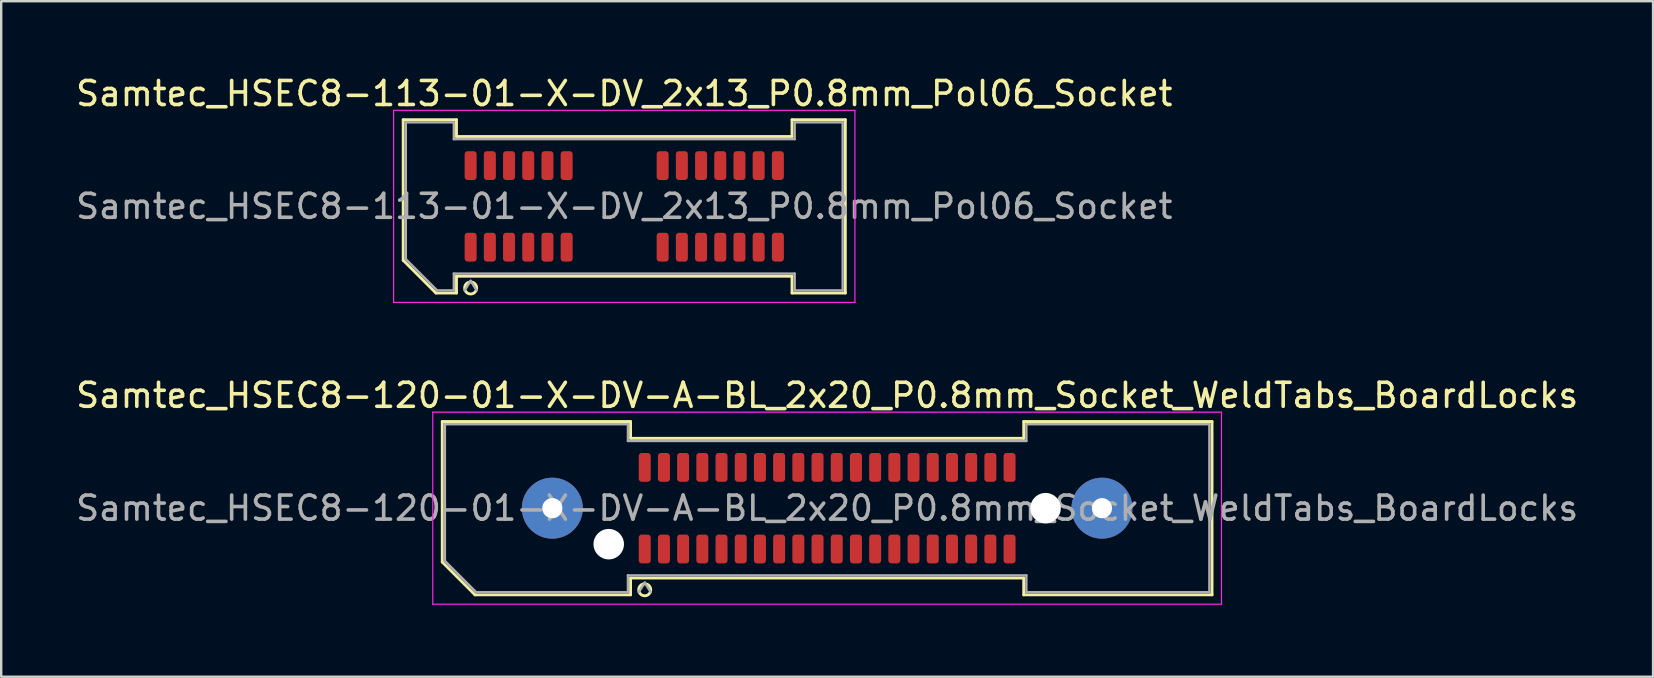
<source format=kicad_pcb>
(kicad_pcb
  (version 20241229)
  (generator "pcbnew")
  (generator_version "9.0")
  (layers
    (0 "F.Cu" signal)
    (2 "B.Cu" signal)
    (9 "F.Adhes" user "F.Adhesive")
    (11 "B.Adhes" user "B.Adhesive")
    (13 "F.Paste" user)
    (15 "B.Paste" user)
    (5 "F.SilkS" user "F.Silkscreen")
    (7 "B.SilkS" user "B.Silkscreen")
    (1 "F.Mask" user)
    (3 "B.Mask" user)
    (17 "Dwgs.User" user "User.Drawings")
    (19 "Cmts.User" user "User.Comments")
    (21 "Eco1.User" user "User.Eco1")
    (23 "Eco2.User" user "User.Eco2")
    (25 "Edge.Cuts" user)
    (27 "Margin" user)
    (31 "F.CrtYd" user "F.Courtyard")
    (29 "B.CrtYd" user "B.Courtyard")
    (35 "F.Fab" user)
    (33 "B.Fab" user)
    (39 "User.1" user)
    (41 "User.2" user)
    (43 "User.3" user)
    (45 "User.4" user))
  (footprint "Samtec_HSEC8-113-01-X-DV_2x13_P0.8mm_Pol06_Socket"
    (layer "F.Cu")
    (at 22.958 5.548)
    (property "Reference" "Samtec_HSEC8-113-01-X-DV_2x13_P0.8mm_Pol06_Socket" (at 0 -4.7 0) (layer "F.SilkS") (effects (font (size 1 1) (thickness 0.15))))
    (attr smd)
    (fp_line (start -9.21 -3.61) (end -6.99 -3.61) (stroke (width 0.12) (type solid)) (layer "F.SilkS"))
    (fp_line (start -9.21 2.246) (end -9.21 -3.61) (stroke (width 0.12) (type solid)) (layer "F.SilkS"))
    (fp_line (start -7.846 3.61) (end -9.21 2.246) (stroke (width 0.12) (type solid)) (layer "F.SilkS"))
    (fp_line (start -6.99 -3.61) (end -6.99 -2.91) (stroke (width 0.12) (type solid)) (layer "F.SilkS"))
    (fp_line (start -6.99 -2.91) (end 6.99 -2.91) (stroke (width 0.12) (type solid)) (layer "F.SilkS"))
    (fp_line (start -6.99 2.91) (end -6.99 3.61) (stroke (width 0.12) (type solid)) (layer "F.SilkS"))
    (fp_line (start -6.99 3.61) (end -7.846 3.61) (stroke (width 0.12) (type solid)) (layer "F.SilkS"))
    (fp_line (start 6.99 -3.61) (end 9.21 -3.61) (stroke (width 0.12) (type solid)) (layer "F.SilkS"))
    (fp_line (start 6.99 -2.91) (end 6.99 -3.61) (stroke (width 0.12) (type solid)) (layer "F.SilkS"))
    (fp_line (start 6.99 2.91) (end -6.99 2.91) (stroke (width 0.12) (type solid)) (layer "F.SilkS"))
    (fp_line (start 6.99 3.61) (end 6.99 2.91) (stroke (width 0.12) (type solid)) (layer "F.SilkS"))
    (fp_line (start 9.21 -3.61) (end 9.21 3.61) (stroke (width 0.12) (type solid)) (layer "F.SilkS"))
    (fp_line (start 9.21 3.61) (end 6.99 3.61) (stroke (width 0.12) (type solid)) (layer "F.SilkS"))
    (fp_arc (start -6.15 3.4) (mid -6.65 3.4) (end -6.15 3.4) (stroke (width 0.12) (type solid)) (layer "F.SilkS"))
    (fp_line (start -9.61 -4) (end -9.61 4) (stroke (width 0.05) (type solid)) (layer "F.CrtYd"))
    (fp_line (start -9.61 4) (end 9.61 4) (stroke (width 0.05) (type solid)) (layer "F.CrtYd"))
    (fp_line (start 9.61 -4) (end -9.61 -4) (stroke (width 0.05) (type solid)) (layer "F.CrtYd"))
    (fp_line (start 9.61 4) (end 9.61 -4) (stroke (width 0.05) (type solid)) (layer "F.CrtYd"))
    (fp_line (start -9.1 -3.5) (end -7.1 -3.5) (stroke (width 0.1) (type solid)) (layer "F.Fab"))
    (fp_line (start -9.1 2.2) (end -9.1 -3.5) (stroke (width 0.1) (type solid)) (layer "F.Fab"))
    (fp_line (start -7.8 3.5) (end -9.1 2.2) (stroke (width 0.1) (type solid)) (layer "F.Fab"))
    (fp_line (start -7.1 -3.5) (end -7.1 -2.8) (stroke (width 0.1) (type solid)) (layer "F.Fab"))
    (fp_line (start -7.1 -2.8) (end 7.1 -2.8) (stroke (width 0.1) (type solid)) (layer "F.Fab"))
    (fp_line (start -7.1 2.8) (end -7.1 3.5) (stroke (width 0.1) (type solid)) (layer "F.Fab"))
    (fp_line (start -7.1 3.5) (end -7.8 3.5) (stroke (width 0.1) (type solid)) (layer "F.Fab"))
    (fp_line (start -6.4 3.1) (end -6.65 3.5) (stroke (width 0.1) (type solid)) (layer "F.Fab"))
    (fp_line (start -6.4 3.1) (end -6.15 3.5) (stroke (width 0.1) (type solid)) (layer "F.Fab"))
    (fp_line (start 7.1 -3.5) (end 9.1 -3.5) (stroke (width 0.1) (type solid)) (layer "F.Fab"))
    (fp_line (start 7.1 -2.8) (end 7.1 -3.5) (stroke (width 0.1) (type solid)) (layer "F.Fab"))
    (fp_line (start 7.1 2.8) (end -7.1 2.8) (stroke (width 0.1) (type solid)) (layer "F.Fab"))
    (fp_line (start 7.1 3.5) (end 7.1 2.8) (stroke (width 0.1) (type solid)) (layer "F.Fab"))
    (fp_line (start 9.1 -3.5) (end 9.1 3.5) (stroke (width 0.1) (type solid)) (layer "F.Fab"))
    (fp_line (start 9.1 3.5) (end 7.1 3.5) (stroke (width 0.1) (type solid)) (layer "F.Fab"))
    (fp_text user "${REFERENCE}" (at 0 0 0) (layer "F.Fab") (effects (font (size 1 1) (thickness 0.15))))
    (pad "1" smd roundrect (at -6.4 1.7) (size 0.5 1.2) (layers "F.Cu" "F.Mask" "F.Paste") (roundrect_rratio 0.25))
    (pad "2" smd roundrect (at -6.4 -1.7) (size 0.5 1.2) (layers "F.Cu" "F.Mask" "F.Paste") (roundrect_rratio 0.25))
    (pad "3" smd roundrect (at -5.6 1.7) (size 0.5 1.2) (layers "F.Cu" "F.Mask" "F.Paste") (roundrect_rratio 0.25))
    (pad "4" smd roundrect (at -5.6 -1.7) (size 0.5 1.2) (layers "F.Cu" "F.Mask" "F.Paste") (roundrect_rratio 0.25))
    (pad "5" smd roundrect (at -4.8 1.7) (size 0.5 1.2) (layers "F.Cu" "F.Mask" "F.Paste") (roundrect_rratio 0.25))
    (pad "6" smd roundrect (at -4.8 -1.7) (size 0.5 1.2) (layers "F.Cu" "F.Mask" "F.Paste") (roundrect_rratio 0.25))
    (pad "7" smd roundrect (at -4 1.7) (size 0.5 1.2) (layers "F.Cu" "F.Mask" "F.Paste") (roundrect_rratio 0.25))
    (pad "8" smd roundrect (at -4 -1.7) (size 0.5 1.2) (layers "F.Cu" "F.Mask" "F.Paste") (roundrect_rratio 0.25))
    (pad "9" smd roundrect (at -3.2 1.7) (size 0.5 1.2) (layers "F.Cu" "F.Mask" "F.Paste") (roundrect_rratio 0.25))
    (pad "10" smd roundrect (at -3.2 -1.7) (size 0.5 1.2) (layers "F.Cu" "F.Mask" "F.Paste") (roundrect_rratio 0.25))
    (pad "11" smd roundrect (at -2.4 1.7) (size 0.5 1.2) (layers "F.Cu" "F.Mask" "F.Paste") (roundrect_rratio 0.25))
    (pad "12" smd roundrect (at -2.4 -1.7) (size 0.5 1.2) (layers "F.Cu" "F.Mask" "F.Paste") (roundrect_rratio 0.25))
    (pad "13" smd roundrect (at 1.6 1.7) (size 0.5 1.2) (layers "F.Cu" "F.Mask" "F.Paste") (roundrect_rratio 0.25))
    (pad "14" smd roundrect (at 1.6 -1.7) (size 0.5 1.2) (layers "F.Cu" "F.Mask" "F.Paste") (roundrect_rratio 0.25))
    (pad "15" smd roundrect (at 2.4 1.7) (size 0.5 1.2) (layers "F.Cu" "F.Mask" "F.Paste") (roundrect_rratio 0.25))
    (pad "16" smd roundrect (at 2.4 -1.7) (size 0.5 1.2) (layers "F.Cu" "F.Mask" "F.Paste") (roundrect_rratio 0.25))
    (pad "17" smd roundrect (at 3.2 1.7) (size 0.5 1.2) (layers "F.Cu" "F.Mask" "F.Paste") (roundrect_rratio 0.25))
    (pad "18" smd roundrect (at 3.2 -1.7) (size 0.5 1.2) (layers "F.Cu" "F.Mask" "F.Paste") (roundrect_rratio 0.25))
    (pad "19" smd roundrect (at 4 1.7) (size 0.5 1.2) (layers "F.Cu" "F.Mask" "F.Paste") (roundrect_rratio 0.25))
    (pad "20" smd roundrect (at 4 -1.7) (size 0.5 1.2) (layers "F.Cu" "F.Mask" "F.Paste") (roundrect_rratio 0.25))
    (pad "21" smd roundrect (at 4.8 1.7) (size 0.5 1.2) (layers "F.Cu" "F.Mask" "F.Paste") (roundrect_rratio 0.25))
    (pad "22" smd roundrect (at 4.8 -1.7) (size 0.5 1.2) (layers "F.Cu" "F.Mask" "F.Paste") (roundrect_rratio 0.25))
    (pad "23" smd roundrect (at 5.6 1.7) (size 0.5 1.2) (layers "F.Cu" "F.Mask" "F.Paste") (roundrect_rratio 0.25))
    (pad "24" smd roundrect (at 5.6 -1.7) (size 0.5 1.2) (layers "F.Cu" "F.Mask" "F.Paste") (roundrect_rratio 0.25))
    (pad "25" smd roundrect (at 6.4 1.7) (size 0.5 1.2) (layers "F.Cu" "F.Mask" "F.Paste") (roundrect_rratio 0.25))
    (pad "26" smd roundrect (at 6.4 -1.7) (size 0.5 1.2) (layers "F.Cu" "F.Mask" "F.Paste") (roundrect_rratio 0.25)))
  (footprint "Samtec_HSEC8-120-01-X-DV-A-BL_2x20_P0.8mm_Socket_WeldTabs_BoardLocks"
    (layer "F.Cu")
    (at 31.411 18.122)
    (property "Reference" "Samtec_HSEC8-120-01-X-DV-A-BL_2x20_P0.8mm_Socket_WeldTabs_BoardLocks" (at 0 -4.7 0) (layer "F.SilkS") (effects (font (size 1 1) (thickness 0.15))))
    (attr smd)
    (fp_line (start -16.035 -3.61) (end -8.19 -3.61) (stroke (width 0.12) (type solid)) (layer "F.SilkS"))
    (fp_line (start -16.035 2.246) (end -16.035 -3.61) (stroke (width 0.12) (type solid)) (layer "F.SilkS"))
    (fp_line (start -14.671 3.61) (end -16.035 2.246) (stroke (width 0.12) (type solid)) (layer "F.SilkS"))
    (fp_line (start -8.19 -3.61) (end -8.19 -2.91) (stroke (width 0.12) (type solid)) (layer "F.SilkS"))
    (fp_line (start -8.19 -2.91) (end 8.19 -2.91) (stroke (width 0.12) (type solid)) (layer "F.SilkS"))
    (fp_line (start -8.19 2.91) (end -8.19 3.61) (stroke (width 0.12) (type solid)) (layer "F.SilkS"))
    (fp_line (start -8.19 3.61) (end -14.671 3.61) (stroke (width 0.12) (type solid)) (layer "F.SilkS"))
    (fp_line (start 8.19 -3.61) (end 16.035 -3.61) (stroke (width 0.12) (type solid)) (layer "F.SilkS"))
    (fp_line (start 8.19 -2.91) (end 8.19 -3.61) (stroke (width 0.12) (type solid)) (layer "F.SilkS"))
    (fp_line (start 8.19 2.91) (end -8.19 2.91) (stroke (width 0.12) (type solid)) (layer "F.SilkS"))
    (fp_line (start 8.19 3.61) (end 8.19 2.91) (stroke (width 0.12) (type solid)) (layer "F.SilkS"))
    (fp_line (start 16.035 -3.61) (end 16.035 3.61) (stroke (width 0.12) (type solid)) (layer "F.SilkS"))
    (fp_line (start 16.035 3.61) (end 8.19 3.61) (stroke (width 0.12) (type solid)) (layer "F.SilkS"))
    (fp_circle (center -7.6 3.4) (end -7.35 3.4) (stroke (width 0.12) (type solid)) (fill no) (layer "F.SilkS"))
    (fp_line (start -16.43 -4) (end -16.43 4) (stroke (width 0.05) (type solid)) (layer "F.CrtYd"))
    (fp_line (start -16.43 4) (end 16.43 4) (stroke (width 0.05) (type solid)) (layer "F.CrtYd"))
    (fp_line (start 16.43 -4) (end -16.43 -4) (stroke (width 0.05) (type solid)) (layer "F.CrtYd"))
    (fp_line (start 16.43 4) (end 16.43 -4) (stroke (width 0.05) (type solid)) (layer "F.CrtYd"))
    (fp_line (start -15.925 -3.5) (end -8.3 -3.5) (stroke (width 0.1) (type solid)) (layer "F.Fab"))
    (fp_line (start -15.925 2.2) (end -15.925 -3.5) (stroke (width 0.1) (type solid)) (layer "F.Fab"))
    (fp_line (start -14.625 3.5) (end -15.925 2.2) (stroke (width 0.1) (type solid)) (layer "F.Fab"))
    (fp_line (start -8.3 -3.5) (end -8.3 -2.8) (stroke (width 0.1) (type solid)) (layer "F.Fab"))
    (fp_line (start -8.3 -2.8) (end 8.3 -2.8) (stroke (width 0.1) (type solid)) (layer "F.Fab"))
    (fp_line (start -8.3 2.8) (end -8.3 3.5) (stroke (width 0.1) (type solid)) (layer "F.Fab"))
    (fp_line (start -8.3 3.5) (end -14.625 3.5) (stroke (width 0.1) (type solid)) (layer "F.Fab"))
    (fp_line (start -7.6 3.1) (end -7.85 3.5) (stroke (width 0.1) (type solid)) (layer "F.Fab"))
    (fp_line (start -7.6 3.1) (end -7.35 3.5) (stroke (width 0.1) (type solid)) (layer "F.Fab"))
    (fp_line (start 8.3 -3.5) (end 15.925 -3.5) (stroke (width 0.1) (type solid)) (layer "F.Fab"))
    (fp_line (start 8.3 -2.8) (end 8.3 -3.5) (stroke (width 0.1) (type solid)) (layer "F.Fab"))
    (fp_line (start 8.3 2.8) (end -8.3 2.8) (stroke (width 0.1) (type solid)) (layer "F.Fab"))
    (fp_line (start 8.3 3.5) (end 8.3 2.8) (stroke (width 0.1) (type solid)) (layer "F.Fab"))
    (fp_line (start 15.925 -3.5) (end 15.925 3.5) (stroke (width 0.1) (type solid)) (layer "F.Fab"))
    (fp_line (start 15.925 3.5) (end 8.3 3.5) (stroke (width 0.1) (type solid)) (layer "F.Fab"))
    (fp_text user "${REFERENCE}" (at 0 0 0) (layer "F.Fab") (effects (font (size 1 1) (thickness 0.15))))
    (pad "" thru_hole circle (at -11.45 0) (size 2.54 2.54) (drill 0.84) (layers "*.Cu" "*.Mask" "F.Paste"))
    (pad "" np_thru_hole circle (at -9.1 1.5) (size 1.27 1.27) (drill 1.27) (layers "*.Cu" "*.Mask"))
    (pad "" np_thru_hole circle (at 9.1 0) (size 1.27 1.27) (drill 1.27) (layers "*.Cu" "*.Mask"))
    (pad "" thru_hole circle (at 11.45 0) (size 2.54 2.54) (drill 0.84) (layers "*.Cu" "*.Mask" "F.Paste"))
    (pad "1" smd roundrect (at -7.6 1.7) (size 0.5 1.2) (layers "F.Cu" "F.Mask" "F.Paste") (roundrect_rratio 0.25))
    (pad "2" smd roundrect (at -7.6 -1.7) (size 0.5 1.2) (layers "F.Cu" "F.Mask" "F.Paste") (roundrect_rratio 0.25))
    (pad "3" smd roundrect (at -6.8 1.7) (size 0.5 1.2) (layers "F.Cu" "F.Mask" "F.Paste") (roundrect_rratio 0.25))
    (pad "4" smd roundrect (at -6.8 -1.7) (size 0.5 1.2) (layers "F.Cu" "F.Mask" "F.Paste") (roundrect_rratio 0.25))
    (pad "5" smd roundrect (at -6 1.7) (size 0.5 1.2) (layers "F.Cu" "F.Mask" "F.Paste") (roundrect_rratio 0.25))
    (pad "6" smd roundrect (at -6 -1.7) (size 0.5 1.2) (layers "F.Cu" "F.Mask" "F.Paste") (roundrect_rratio 0.25))
    (pad "7" smd roundrect (at -5.2 1.7) (size 0.5 1.2) (layers "F.Cu" "F.Mask" "F.Paste") (roundrect_rratio 0.25))
    (pad "8" smd roundrect (at -5.2 -1.7) (size 0.5 1.2) (layers "F.Cu" "F.Mask" "F.Paste") (roundrect_rratio 0.25))
    (pad "9" smd roundrect (at -4.4 1.7) (size 0.5 1.2) (layers "F.Cu" "F.Mask" "F.Paste") (roundrect_rratio 0.25))
    (pad "10" smd roundrect (at -4.4 -1.7) (size 0.5 1.2) (layers "F.Cu" "F.Mask" "F.Paste") (roundrect_rratio 0.25))
    (pad "11" smd roundrect (at -3.6 1.7) (size 0.5 1.2) (layers "F.Cu" "F.Mask" "F.Paste") (roundrect_rratio 0.25))
    (pad "12" smd roundrect (at -3.6 -1.7) (size 0.5 1.2) (layers "F.Cu" "F.Mask" "F.Paste") (roundrect_rratio 0.25))
    (pad "13" smd roundrect (at -2.8 1.7) (size 0.5 1.2) (layers "F.Cu" "F.Mask" "F.Paste") (roundrect_rratio 0.25))
    (pad "14" smd roundrect (at -2.8 -1.7) (size 0.5 1.2) (layers "F.Cu" "F.Mask" "F.Paste") (roundrect_rratio 0.25))
    (pad "15" smd roundrect (at -2 1.7) (size 0.5 1.2) (layers "F.Cu" "F.Mask" "F.Paste") (roundrect_rratio 0.25))
    (pad "16" smd roundrect (at -2 -1.7) (size 0.5 1.2) (layers "F.Cu" "F.Mask" "F.Paste") (roundrect_rratio 0.25))
    (pad "17" smd roundrect (at -1.2 1.7) (size 0.5 1.2) (layers "F.Cu" "F.Mask" "F.Paste") (roundrect_rratio 0.25))
    (pad "18" smd roundrect (at -1.2 -1.7) (size 0.5 1.2) (layers "F.Cu" "F.Mask" "F.Paste") (roundrect_rratio 0.25))
    (pad "19" smd roundrect (at -0.4 1.7) (size 0.5 1.2) (layers "F.Cu" "F.Mask" "F.Paste") (roundrect_rratio 0.25))
    (pad "20" smd roundrect (at -0.4 -1.7) (size 0.5 1.2) (layers "F.Cu" "F.Mask" "F.Paste") (roundrect_rratio 0.25))
    (pad "21" smd roundrect (at 0.4 1.7) (size 0.5 1.2) (layers "F.Cu" "F.Mask" "F.Paste") (roundrect_rratio 0.25))
    (pad "22" smd roundrect (at 0.4 -1.7) (size 0.5 1.2) (layers "F.Cu" "F.Mask" "F.Paste") (roundrect_rratio 0.25))
    (pad "23" smd roundrect (at 1.2 1.7) (size 0.5 1.2) (layers "F.Cu" "F.Mask" "F.Paste") (roundrect_rratio 0.25))
    (pad "24" smd roundrect (at 1.2 -1.7) (size 0.5 1.2) (layers "F.Cu" "F.Mask" "F.Paste") (roundrect_rratio 0.25))
    (pad "25" smd roundrect (at 2 1.7) (size 0.5 1.2) (layers "F.Cu" "F.Mask" "F.Paste") (roundrect_rratio 0.25))
    (pad "26" smd roundrect (at 2 -1.7) (size 0.5 1.2) (layers "F.Cu" "F.Mask" "F.Paste") (roundrect_rratio 0.25))
    (pad "27" smd roundrect (at 2.8 1.7) (size 0.5 1.2) (layers "F.Cu" "F.Mask" "F.Paste") (roundrect_rratio 0.25))
    (pad "28" smd roundrect (at 2.8 -1.7) (size 0.5 1.2) (layers "F.Cu" "F.Mask" "F.Paste") (roundrect_rratio 0.25))
    (pad "29" smd roundrect (at 3.6 1.7) (size 0.5 1.2) (layers "F.Cu" "F.Mask" "F.Paste") (roundrect_rratio 0.25))
    (pad "30" smd roundrect (at 3.6 -1.7) (size 0.5 1.2) (layers "F.Cu" "F.Mask" "F.Paste") (roundrect_rratio 0.25))
    (pad "31" smd roundrect (at 4.4 1.7) (size 0.5 1.2) (layers "F.Cu" "F.Mask" "F.Paste") (roundrect_rratio 0.25))
    (pad "32" smd roundrect (at 4.4 -1.7) (size 0.5 1.2) (layers "F.Cu" "F.Mask" "F.Paste") (roundrect_rratio 0.25))
    (pad "33" smd roundrect (at 5.2 1.7) (size 0.5 1.2) (layers "F.Cu" "F.Mask" "F.Paste") (roundrect_rratio 0.25))
    (pad "34" smd roundrect (at 5.2 -1.7) (size 0.5 1.2) (layers "F.Cu" "F.Mask" "F.Paste") (roundrect_rratio 0.25))
    (pad "35" smd roundrect (at 6 1.7) (size 0.5 1.2) (layers "F.Cu" "F.Mask" "F.Paste") (roundrect_rratio 0.25))
    (pad "36" smd roundrect (at 6 -1.7) (size 0.5 1.2) (layers "F.Cu" "F.Mask" "F.Paste") (roundrect_rratio 0.25))
    (pad "37" smd roundrect (at 6.8 1.7) (size 0.5 1.2) (layers "F.Cu" "F.Mask" "F.Paste") (roundrect_rratio 0.25))
    (pad "38" smd roundrect (at 6.8 -1.7) (size 0.5 1.2) (layers "F.Cu" "F.Mask" "F.Paste") (roundrect_rratio 0.25))
    (pad "39" smd roundrect (at 7.6 1.7) (size 0.5 1.2) (layers "F.Cu" "F.Mask" "F.Paste") (roundrect_rratio 0.25))
    (pad "40" smd roundrect (at 7.6 -1.7) (size 0.5 1.2) (layers "F.Cu" "F.Mask" "F.Paste") (roundrect_rratio 0.25)))
  (gr_rect
    (start -3 -3)
    (end 65.821 25.146)
    (stroke (width 0.1) (type default))
    (fill no)
    (layer "Edge.Cuts")))
</source>
